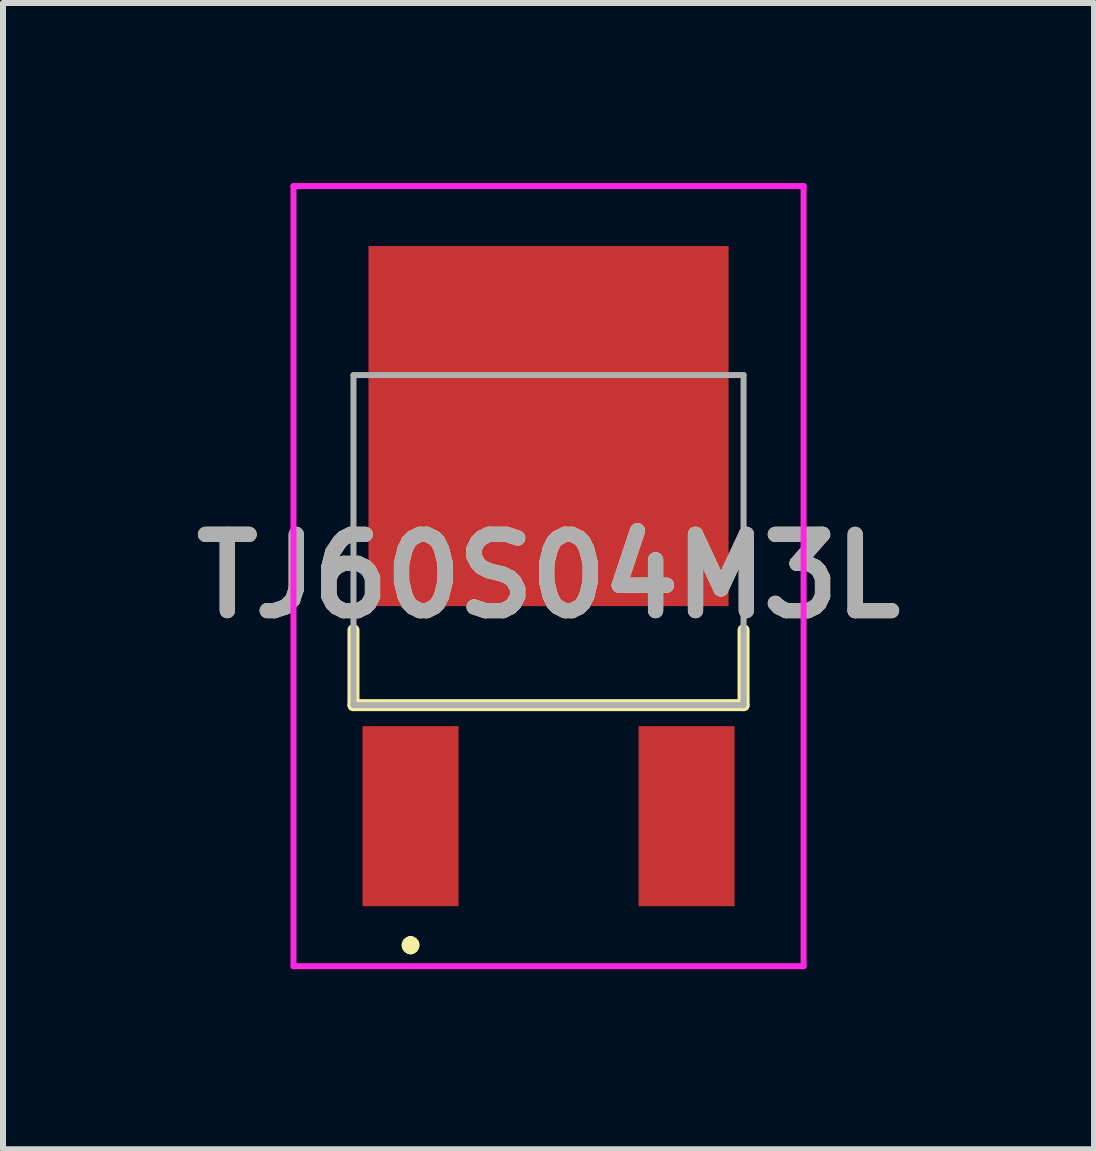
<source format=kicad_pcb>
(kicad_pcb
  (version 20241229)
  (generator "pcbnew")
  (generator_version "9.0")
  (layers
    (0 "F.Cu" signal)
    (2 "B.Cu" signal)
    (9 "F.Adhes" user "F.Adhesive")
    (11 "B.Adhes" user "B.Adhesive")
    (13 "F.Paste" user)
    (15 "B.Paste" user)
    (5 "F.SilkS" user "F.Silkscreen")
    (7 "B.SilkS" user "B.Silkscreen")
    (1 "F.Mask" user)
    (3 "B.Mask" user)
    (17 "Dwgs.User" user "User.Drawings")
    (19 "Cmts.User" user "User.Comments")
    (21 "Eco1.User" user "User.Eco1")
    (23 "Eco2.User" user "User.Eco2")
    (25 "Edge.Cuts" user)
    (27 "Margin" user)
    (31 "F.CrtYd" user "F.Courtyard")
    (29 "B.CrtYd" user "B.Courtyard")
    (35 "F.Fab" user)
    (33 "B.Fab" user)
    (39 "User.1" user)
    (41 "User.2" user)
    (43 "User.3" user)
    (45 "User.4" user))
  (footprint "TJ60S04M3L"
    (layer "F.Cu")
    (at 6.09 5.95)
    (property "Reference" "TJ60S04M3L" (at 0 0.6 0) (layer "F.SilkS") (effects (font (size 1.27 1.27) (thickness 0.254))))
    (attr smd)
    (fp_line (start -3.25 1.5) (end -3.25 2.75) (stroke (width 0.2) (type solid)) (layer "F.SilkS"))
    (fp_line (start -3.25 2.75) (end 3.25 2.75) (stroke (width 0.2) (type solid)) (layer "F.SilkS"))
    (fp_line (start -2.3 6.7) (end -2.3 6.7) (stroke (width 0.2) (type solid)) (layer "F.SilkS"))
    (fp_line (start -2.3 6.8) (end -2.3 6.8) (stroke (width 0.2) (type solid)) (layer "F.SilkS"))
    (fp_line (start -2.3 6.8) (end -2.3 6.8) (stroke (width 0.2) (type solid)) (layer "F.SilkS"))
    (fp_line (start 3.25 2.75) (end 3.25 1.5) (stroke (width 0.2) (type solid)) (layer "F.SilkS"))
    (fp_arc (start -2.3 6.7) (mid -2.25 6.75) (end -2.3 6.8) (stroke (width 0.2) (type solid)) (layer "F.SilkS"))
    (fp_arc (start -2.3 6.7) (mid -2.25 6.75) (end -2.3 6.8) (stroke (width 0.2) (type solid)) (layer "F.SilkS"))
    (fp_arc (start -2.3 6.8) (mid -2.35 6.75) (end -2.3 6.7) (stroke (width 0.2) (type solid)) (layer "F.SilkS"))
    (fp_line (start -4.25 -5.9) (end 4.25 -5.9) (stroke (width 0.1) (type solid)) (layer "F.CrtYd"))
    (fp_line (start -4.25 7.1) (end -4.25 -5.9) (stroke (width 0.1) (type solid)) (layer "F.CrtYd"))
    (fp_line (start 4.25 -5.9) (end 4.25 7.1) (stroke (width 0.1) (type solid)) (layer "F.CrtYd"))
    (fp_line (start 4.25 7.1) (end -4.25 7.1) (stroke (width 0.1) (type solid)) (layer "F.CrtYd"))
    (fp_line (start -3.25 -2.75) (end 3.25 -2.75) (stroke (width 0.1) (type solid)) (layer "F.Fab"))
    (fp_line (start -3.25 2.75) (end -3.25 -2.75) (stroke (width 0.1) (type solid)) (layer "F.Fab"))
    (fp_line (start 3.25 -2.75) (end 3.25 2.75) (stroke (width 0.1) (type solid)) (layer "F.Fab"))
    (fp_line (start 3.25 2.75) (end -3.25 2.75) (stroke (width 0.1) (type solid)) (layer "F.Fab"))
    (fp_text user "${REFERENCE}" (at 0 0.6 0) (layer "F.Fab") (effects (font (size 1.27 1.27) (thickness 0.254))))
    (pad "1" smd rect (at -2.3 4.6) (size 1.6 3) (layers "F.Cu" "F.Mask" "F.Paste"))
    (pad "2" smd rect (at 0 -1.9) (size 6 6) (layers "F.Cu" "F.Mask" "F.Paste"))
    (pad "3" smd rect (at 2.3 4.6) (size 1.6 3) (layers "F.Cu" "F.Mask" "F.Paste")))
  (gr_rect
    (start -3 -3)
    (end 15.18 16.1)
    (stroke (width 0.1) (type default))
    (fill no)
    (layer "Edge.Cuts")))
</source>
